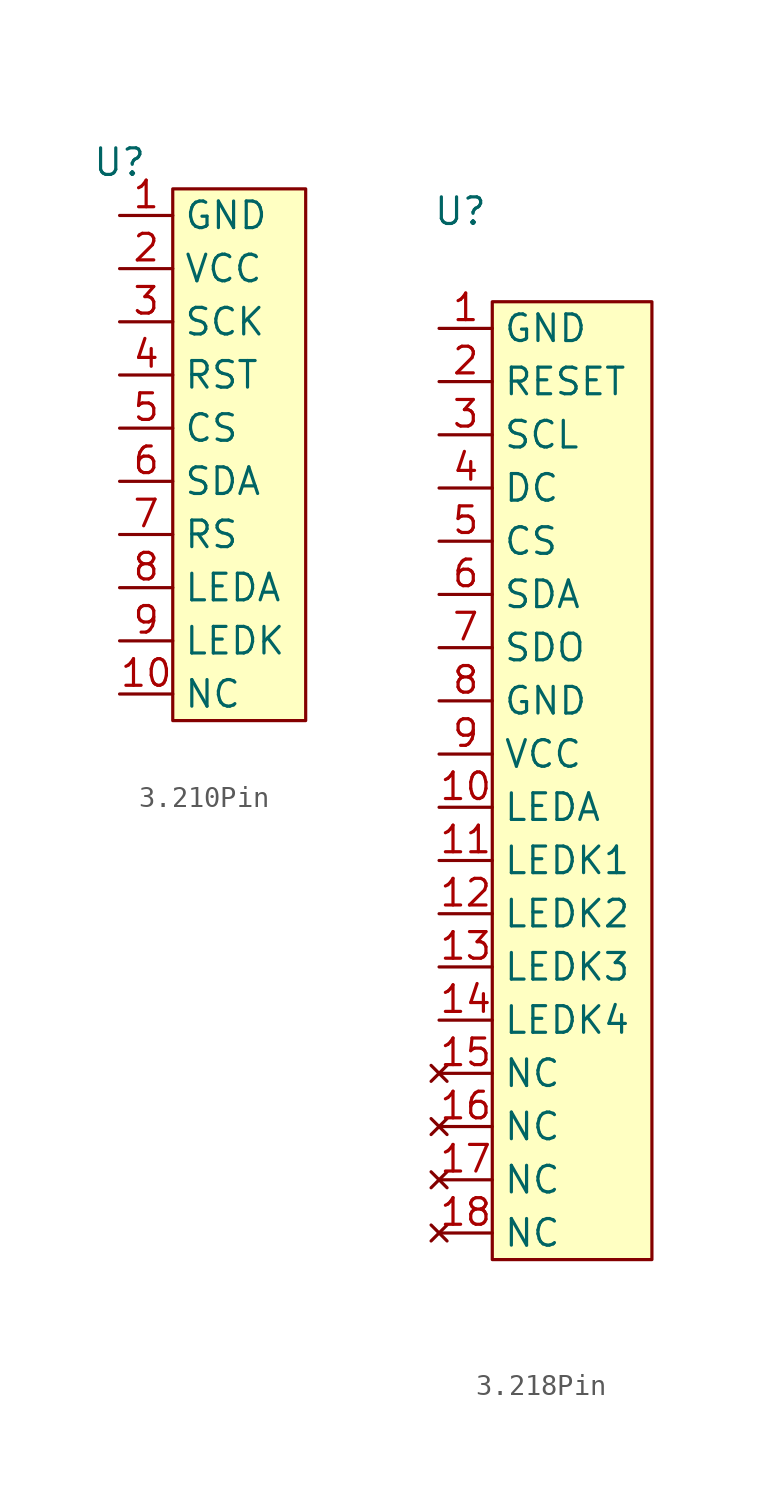
<source format=kicad_sym>
(kicad_symbol_lib
  (version 20231120)
  (generator "kicad_symbol_editor")
  (generator_version "8.0")
  (symbol "3.210Pin"
    (property "Reference" "U"
      (at 0 0 0)
      (effects (font (size 1.27 1.27))))
    (property "Value" ""
      (at 0 0 0)
      (effects (font (size 1.27 1.27))))
    (symbol "3.210Pin_0_0"
      (pin unspecified line (at 0 -2.54 0) (length 2.54) (name "GND" (effects (font (size 1.27 1.27)))) (number "1" (effects (font (size 1.27 1.27)))))
      (pin unspecified line (at 0 -25.4 0) (length 2.54) (name "NC" (effects (font (size 1.27 1.27)))) (number "10" (effects (font (size 1.27 1.27)))))
      (pin unspecified line (at 0 -5.08 0) (length 2.54) (name "VCC" (effects (font (size 1.27 1.27)))) (number "2" (effects (font (size 1.27 1.27)))))
      (pin unspecified line (at 0 -7.62 0) (length 2.54) (name "SCK" (effects (font (size 1.27 1.27)))) (number "3" (effects (font (size 1.27 1.27)))))
      (pin unspecified line (at 0 -10.16 0) (length 2.54) (name "RST" (effects (font (size 1.27 1.27)))) (number "4" (effects (font (size 1.27 1.27)))))
      (pin unspecified line (at 0 -12.7 0) (length 2.54) (name "CS" (effects (font (size 1.27 1.27)))) (number "5" (effects (font (size 1.27 1.27)))))
      (pin unspecified line (at 0 -15.24 0) (length 2.54) (name "SDA" (effects (font (size 1.27 1.27)))) (number "6" (effects (font (size 1.27 1.27)))))
      (pin unspecified line (at 0 -17.78 0) (length 2.54) (name "RS" (effects (font (size 1.27 1.27)))) (number "7" (effects (font (size 1.27 1.27)))))
      (pin unspecified line (at 0 -20.32 0) (length 2.54) (name "LEDA" (effects (font (size 1.27 1.27)))) (number "8" (effects (font (size 1.27 1.27)))))
      (pin unspecified line (at 0 -22.86 0) (length 2.54) (name "LEDK" (effects (font (size 1.27 1.27)))) (number "9" (effects (font (size 1.27 1.27))))))
    (symbol "3.210Pin_1_1"
      (rectangle (start 2.54 -1.27) (end 8.89 -26.67) (stroke (width 0) (type default)) (fill (type background)))))
  (symbol "3.218Pin"
    (property "Reference" "U"
      (at 1.016 5.588 0)
      (effects (font (size 1.27 1.27))))
    (property "Value" ""
      (at 0 0 0)
      (effects (font (size 1.27 1.27))))
    (symbol "3.218Pin_0_0"
      (pin unspecified line (at 0 0 0) (length 2.54) (name "GND" (effects (font (size 1.27 1.27)))) (number "1" (effects (font (size 1.27 1.27)))))
      (pin unspecified line (at 0 -22.86 0) (length 2.54) (name "LEDA" (effects (font (size 1.27 1.27)))) (number "10" (effects (font (size 1.27 1.27)))))
      (pin unspecified line (at 0 -25.4 0) (length 2.54) (name "LEDK1" (effects (font (size 1.27 1.27)))) (number "11" (effects (font (size 1.27 1.27)))))
      (pin unspecified line (at 0 -27.94 0) (length 2.54) (name "LEDK2" (effects (font (size 1.27 1.27)))) (number "12" (effects (font (size 1.27 1.27)))))
      (pin unspecified line (at 0 -30.48 0) (length 2.54) (name "LEDK3" (effects (font (size 1.27 1.27)))) (number "13" (effects (font (size 1.27 1.27)))))
      (pin unspecified line (at 0 -33.02 0) (length 2.54) (name "LEDK4" (effects (font (size 1.27 1.27)))) (number "14" (effects (font (size 1.27 1.27)))))
      (pin no_connect line (at 0 -35.56 0) (length 2.54) (name "NC" (effects (font (size 1.27 1.27)))) (number "15" (effects (font (size 1.27 1.27)))))
      (pin no_connect line (at 0 -38.1 0) (length 2.54) (name "NC" (effects (font (size 1.27 1.27)))) (number "16" (effects (font (size 1.27 1.27)))))
      (pin no_connect line (at 0 -40.64 0) (length 2.54) (name "NC" (effects (font (size 1.27 1.27)))) (number "17" (effects (font (size 1.27 1.27)))))
      (pin no_connect line (at 0 -43.18 0) (length 2.54) (name "NC" (effects (font (size 1.27 1.27)))) (number "18" (effects (font (size 1.27 1.27)))))
      (pin unspecified line (at 0 -2.54 0) (length 2.54) (name "RESET" (effects (font (size 1.27 1.27)))) (number "2" (effects (font (size 1.27 1.27)))))
      (pin unspecified line (at 0 -5.08 0) (length 2.54) (name "SCL" (effects (font (size 1.27 1.27)))) (number "3" (effects (font (size 1.27 1.27)))))
      (pin unspecified line (at 0 -7.62 0) (length 2.54) (name "DC" (effects (font (size 1.27 1.27)))) (number "4" (effects (font (size 1.27 1.27)))))
      (pin unspecified line (at 0 -10.16 0) (length 2.54) (name "CS" (effects (font (size 1.27 1.27)))) (number "5" (effects (font (size 1.27 1.27)))))
      (pin unspecified line (at 0 -12.7 0) (length 2.54) (name "SDA" (effects (font (size 1.27 1.27)))) (number "6" (effects (font (size 1.27 1.27)))))
      (pin unspecified line (at 0 -15.24 0) (length 2.54) (name "SDO" (effects (font (size 1.27 1.27)))) (number "7" (effects (font (size 1.27 1.27)))))
      (pin unspecified line (at 0 -17.78 0) (length 2.54) (name "GND" (effects (font (size 1.27 1.27)))) (number "8" (effects (font (size 1.27 1.27)))))
      (pin unspecified line (at 0 -20.32 0) (length 2.54) (name "VCC" (effects (font (size 1.27 1.27)))) (number "9" (effects (font (size 1.27 1.27))))))
    (symbol "3.218Pin_1_1"
      (rectangle (start 2.54 1.27) (end 10.16 -44.45) (stroke (width 0) (type default)) (fill (type background))))))
</source>
